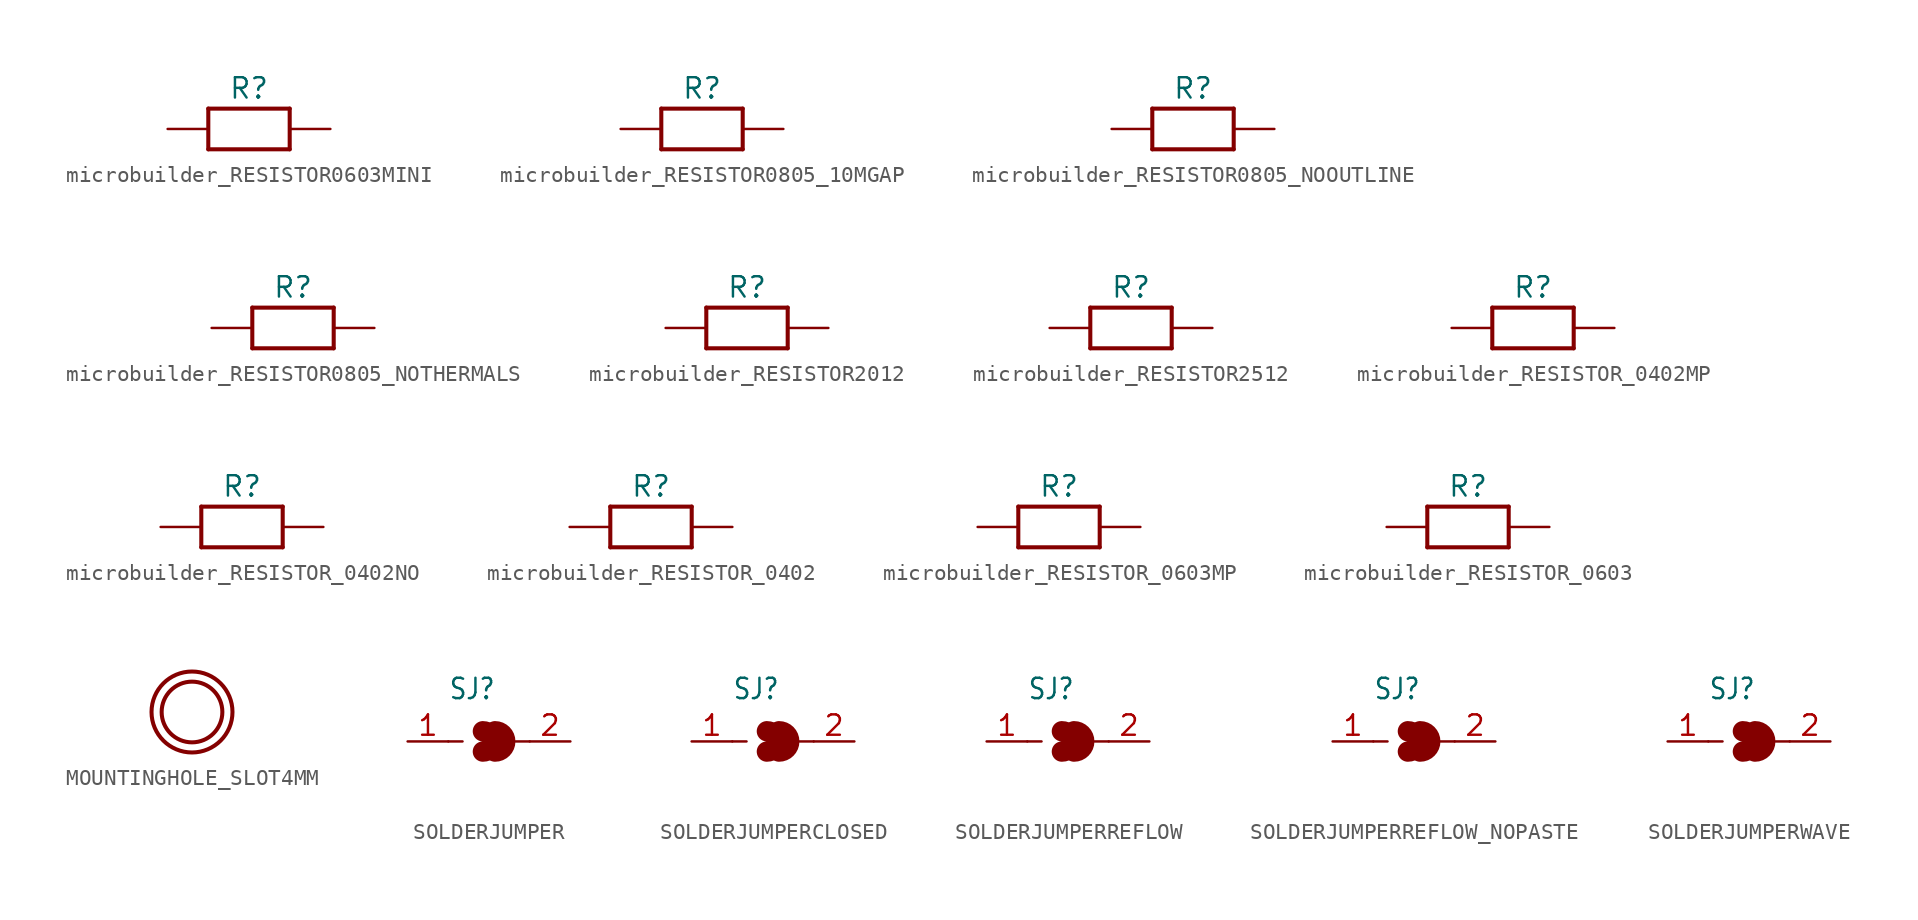
<source format=kicad_sym>
(kicad_symbol_lib
  (version 20220914)
  (generator kicad_symbol_editor)
  (symbol "microbuilder_RESISTOR0603MINI"
    (property "Reference" "R"
      (at 0 2.54 0)
      (effects (font (size 1.27 1.27))))
    (property "Value" ""
      (at 0 0 0)
      (effects (font (size 1.016 1.016) bold)))
    (property "ki_locked" ""
      (at 0 0 0)
      (effects (font (size 1.27 1.27))))
    (symbol "microbuilder_RESISTOR0603MINI_1_0"
      (polyline (pts (xy -2.54 -1.27) (xy -2.54 1.27)) (stroke (width 0.254) (type solid)) (fill (type none)))
      (polyline (pts (xy -2.54 1.27) (xy 2.54 1.27)) (stroke (width 0.254) (type solid)) (fill (type none)))
      (polyline (pts (xy 2.54 -1.27) (xy -2.54 -1.27)) (stroke (width 0.254) (type solid)) (fill (type none)))
      (polyline (pts (xy 2.54 1.27) (xy 2.54 -1.27)) (stroke (width 0.254) (type solid)) (fill (type none)))
      (pin passive line (at -5.08 0 0) (length 2.54) (name "1" (effects (font (size 0 0)))) (number "1" (effects (font (size 0 0)))))
      (pin passive line (at 5.08 0 180) (length 2.54) (name "2" (effects (font (size 0 0)))) (number "2" (effects (font (size 0 0)))))))
  (symbol "microbuilder_RESISTOR0805_10MGAP"
    (property "Reference" "R"
      (at 0 2.54 0)
      (effects (font (size 1.27 1.27))))
    (property "Value" ""
      (at 0 0 0)
      (effects (font (size 1.016 1.016) bold)))
    (property "ki_locked" ""
      (at 0 0 0)
      (effects (font (size 1.27 1.27))))
    (symbol "microbuilder_RESISTOR0805_10MGAP_1_0"
      (polyline (pts (xy -2.54 -1.27) (xy -2.54 1.27)) (stroke (width 0.254) (type solid)) (fill (type none)))
      (polyline (pts (xy -2.54 1.27) (xy 2.54 1.27)) (stroke (width 0.254) (type solid)) (fill (type none)))
      (polyline (pts (xy 2.54 -1.27) (xy -2.54 -1.27)) (stroke (width 0.254) (type solid)) (fill (type none)))
      (polyline (pts (xy 2.54 1.27) (xy 2.54 -1.27)) (stroke (width 0.254) (type solid)) (fill (type none)))
      (pin passive line (at -5.08 0 0) (length 2.54) (name "1" (effects (font (size 0 0)))) (number "1" (effects (font (size 0 0)))))
      (pin passive line (at 5.08 0 180) (length 2.54) (name "2" (effects (font (size 0 0)))) (number "2" (effects (font (size 0 0)))))))
  (symbol "microbuilder_RESISTOR0805_NOOUTLINE"
    (property "Reference" "R"
      (at 0 2.54 0)
      (effects (font (size 1.27 1.27))))
    (property "Value" ""
      (at 0 0 0)
      (effects (font (size 1.016 1.016) bold)))
    (property "ki_locked" ""
      (at 0 0 0)
      (effects (font (size 1.27 1.27))))
    (symbol "microbuilder_RESISTOR0805_NOOUTLINE_1_0"
      (polyline (pts (xy -2.54 -1.27) (xy -2.54 1.27)) (stroke (width 0.254) (type solid)) (fill (type none)))
      (polyline (pts (xy -2.54 1.27) (xy 2.54 1.27)) (stroke (width 0.254) (type solid)) (fill (type none)))
      (polyline (pts (xy 2.54 -1.27) (xy -2.54 -1.27)) (stroke (width 0.254) (type solid)) (fill (type none)))
      (polyline (pts (xy 2.54 1.27) (xy 2.54 -1.27)) (stroke (width 0.254) (type solid)) (fill (type none)))
      (pin passive line (at -5.08 0 0) (length 2.54) (name "1" (effects (font (size 0 0)))) (number "1" (effects (font (size 0 0)))))
      (pin passive line (at 5.08 0 180) (length 2.54) (name "2" (effects (font (size 0 0)))) (number "2" (effects (font (size 0 0)))))))
  (symbol "microbuilder_RESISTOR0805_NOTHERMALS"
    (property "Reference" "R"
      (at 0 2.54 0)
      (effects (font (size 1.27 1.27))))
    (property "Value" ""
      (at 0 0 0)
      (effects (font (size 1.016 1.016) bold)))
    (property "ki_locked" ""
      (at 0 0 0)
      (effects (font (size 1.27 1.27))))
    (symbol "microbuilder_RESISTOR0805_NOTHERMALS_1_0"
      (polyline (pts (xy -2.54 -1.27) (xy -2.54 1.27)) (stroke (width 0.254) (type solid)) (fill (type none)))
      (polyline (pts (xy -2.54 1.27) (xy 2.54 1.27)) (stroke (width 0.254) (type solid)) (fill (type none)))
      (polyline (pts (xy 2.54 -1.27) (xy -2.54 -1.27)) (stroke (width 0.254) (type solid)) (fill (type none)))
      (polyline (pts (xy 2.54 1.27) (xy 2.54 -1.27)) (stroke (width 0.254) (type solid)) (fill (type none)))
      (pin passive line (at -5.08 0 0) (length 2.54) (name "1" (effects (font (size 0 0)))) (number "1" (effects (font (size 0 0)))))
      (pin passive line (at 5.08 0 180) (length 2.54) (name "2" (effects (font (size 0 0)))) (number "2" (effects (font (size 0 0)))))))
  (symbol "microbuilder_RESISTOR2012"
    (property "Reference" "R"
      (at 0 2.54 0)
      (effects (font (size 1.27 1.27))))
    (property "Value" ""
      (at 0 0 0)
      (effects (font (size 1.016 1.016) bold)))
    (property "ki_locked" ""
      (at 0 0 0)
      (effects (font (size 1.27 1.27))))
    (symbol "microbuilder_RESISTOR2012_1_0"
      (polyline (pts (xy -2.54 -1.27) (xy -2.54 1.27)) (stroke (width 0.254) (type solid)) (fill (type none)))
      (polyline (pts (xy -2.54 1.27) (xy 2.54 1.27)) (stroke (width 0.254) (type solid)) (fill (type none)))
      (polyline (pts (xy 2.54 -1.27) (xy -2.54 -1.27)) (stroke (width 0.254) (type solid)) (fill (type none)))
      (polyline (pts (xy 2.54 1.27) (xy 2.54 -1.27)) (stroke (width 0.254) (type solid)) (fill (type none)))
      (pin passive line (at -5.08 0 0) (length 2.54) (name "1" (effects (font (size 0 0)))) (number "1" (effects (font (size 0 0)))))
      (pin passive line (at 5.08 0 180) (length 2.54) (name "2" (effects (font (size 0 0)))) (number "2" (effects (font (size 0 0)))))))
  (symbol "microbuilder_RESISTOR2512"
    (property "Reference" "R"
      (at 0 2.54 0)
      (effects (font (size 1.27 1.27))))
    (property "Value" ""
      (at 0 0 0)
      (effects (font (size 1.016 1.016) bold)))
    (property "ki_locked" ""
      (at 0 0 0)
      (effects (font (size 1.27 1.27))))
    (symbol "microbuilder_RESISTOR2512_1_0"
      (polyline (pts (xy -2.54 -1.27) (xy -2.54 1.27)) (stroke (width 0.254) (type solid)) (fill (type none)))
      (polyline (pts (xy -2.54 1.27) (xy 2.54 1.27)) (stroke (width 0.254) (type solid)) (fill (type none)))
      (polyline (pts (xy 2.54 -1.27) (xy -2.54 -1.27)) (stroke (width 0.254) (type solid)) (fill (type none)))
      (polyline (pts (xy 2.54 1.27) (xy 2.54 -1.27)) (stroke (width 0.254) (type solid)) (fill (type none)))
      (pin passive line (at -5.08 0 0) (length 2.54) (name "1" (effects (font (size 0 0)))) (number "1" (effects (font (size 0 0)))))
      (pin passive line (at 5.08 0 180) (length 2.54) (name "2" (effects (font (size 0 0)))) (number "2" (effects (font (size 0 0)))))))
  (symbol "microbuilder_RESISTOR_0402MP"
    (property "Reference" "R"
      (at 0 2.54 0)
      (effects (font (size 1.27 1.27))))
    (property "Value" ""
      (at 0 0 0)
      (effects (font (size 1.016 1.016) bold)))
    (property "ki_locked" ""
      (at 0 0 0)
      (effects (font (size 1.27 1.27))))
    (symbol "microbuilder_RESISTOR_0402MP_1_0"
      (polyline (pts (xy -2.54 -1.27) (xy -2.54 1.27)) (stroke (width 0.254) (type solid)) (fill (type none)))
      (polyline (pts (xy -2.54 1.27) (xy 2.54 1.27)) (stroke (width 0.254) (type solid)) (fill (type none)))
      (polyline (pts (xy 2.54 -1.27) (xy -2.54 -1.27)) (stroke (width 0.254) (type solid)) (fill (type none)))
      (polyline (pts (xy 2.54 1.27) (xy 2.54 -1.27)) (stroke (width 0.254) (type solid)) (fill (type none)))
      (pin passive line (at -5.08 0 0) (length 2.54) (name "1" (effects (font (size 0 0)))) (number "1" (effects (font (size 0 0)))))
      (pin passive line (at 5.08 0 180) (length 2.54) (name "2" (effects (font (size 0 0)))) (number "2" (effects (font (size 0 0)))))))
  (symbol "microbuilder_RESISTOR_0402NO"
    (property "Reference" "R"
      (at 0 2.54 0)
      (effects (font (size 1.27 1.27))))
    (property "Value" ""
      (at 0 0 0)
      (effects (font (size 1.016 1.016) bold)))
    (property "ki_locked" ""
      (at 0 0 0)
      (effects (font (size 1.27 1.27))))
    (symbol "microbuilder_RESISTOR_0402NO_1_0"
      (polyline (pts (xy -2.54 -1.27) (xy -2.54 1.27)) (stroke (width 0.254) (type solid)) (fill (type none)))
      (polyline (pts (xy -2.54 1.27) (xy 2.54 1.27)) (stroke (width 0.254) (type solid)) (fill (type none)))
      (polyline (pts (xy 2.54 -1.27) (xy -2.54 -1.27)) (stroke (width 0.254) (type solid)) (fill (type none)))
      (polyline (pts (xy 2.54 1.27) (xy 2.54 -1.27)) (stroke (width 0.254) (type solid)) (fill (type none)))
      (pin passive line (at -5.08 0 0) (length 2.54) (name "1" (effects (font (size 0 0)))) (number "1" (effects (font (size 0 0)))))
      (pin passive line (at 5.08 0 180) (length 2.54) (name "2" (effects (font (size 0 0)))) (number "2" (effects (font (size 0 0)))))))
  (symbol "microbuilder_RESISTOR_0402"
    (property "Reference" "R"
      (at 0 2.54 0)
      (effects (font (size 1.27 1.27))))
    (property "Value" ""
      (at 0 0 0)
      (effects (font (size 1.016 1.016) bold)))
    (property "ki_locked" ""
      (at 0 0 0)
      (effects (font (size 1.27 1.27))))
    (symbol "microbuilder_RESISTOR_0402_1_0"
      (polyline (pts (xy -2.54 -1.27) (xy -2.54 1.27)) (stroke (width 0.254) (type solid)) (fill (type none)))
      (polyline (pts (xy -2.54 1.27) (xy 2.54 1.27)) (stroke (width 0.254) (type solid)) (fill (type none)))
      (polyline (pts (xy 2.54 -1.27) (xy -2.54 -1.27)) (stroke (width 0.254) (type solid)) (fill (type none)))
      (polyline (pts (xy 2.54 1.27) (xy 2.54 -1.27)) (stroke (width 0.254) (type solid)) (fill (type none)))
      (pin passive line (at -5.08 0 0) (length 2.54) (name "1" (effects (font (size 0 0)))) (number "1" (effects (font (size 0 0)))))
      (pin passive line (at 5.08 0 180) (length 2.54) (name "2" (effects (font (size 0 0)))) (number "2" (effects (font (size 0 0)))))))
  (symbol "microbuilder_RESISTOR_0603MP"
    (property "Reference" "R"
      (at 0 2.54 0)
      (effects (font (size 1.27 1.27))))
    (property "Value" ""
      (at 0 0 0)
      (effects (font (size 1.016 1.016) bold)))
    (property "ki_locked" ""
      (at 0 0 0)
      (effects (font (size 1.27 1.27))))
    (symbol "microbuilder_RESISTOR_0603MP_1_0"
      (polyline (pts (xy -2.54 -1.27) (xy -2.54 1.27)) (stroke (width 0.254) (type solid)) (fill (type none)))
      (polyline (pts (xy -2.54 1.27) (xy 2.54 1.27)) (stroke (width 0.254) (type solid)) (fill (type none)))
      (polyline (pts (xy 2.54 -1.27) (xy -2.54 -1.27)) (stroke (width 0.254) (type solid)) (fill (type none)))
      (polyline (pts (xy 2.54 1.27) (xy 2.54 -1.27)) (stroke (width 0.254) (type solid)) (fill (type none)))
      (pin passive line (at -5.08 0 0) (length 2.54) (name "1" (effects (font (size 0 0)))) (number "1" (effects (font (size 0 0)))))
      (pin passive line (at 5.08 0 180) (length 2.54) (name "2" (effects (font (size 0 0)))) (number "2" (effects (font (size 0 0)))))))
  (symbol "microbuilder_RESISTOR_0603"
    (property "Reference" "R"
      (at 0 2.54 0)
      (effects (font (size 1.27 1.27))))
    (property "Value" ""
      (at 0 0 0)
      (effects (font (size 1.016 1.016) bold)))
    (property "ki_locked" ""
      (at 0 0 0)
      (effects (font (size 1.27 1.27))))
    (symbol "microbuilder_RESISTOR_0603_1_0"
      (polyline (pts (xy -2.54 -1.27) (xy -2.54 1.27)) (stroke (width 0.254) (type solid)) (fill (type none)))
      (polyline (pts (xy -2.54 1.27) (xy 2.54 1.27)) (stroke (width 0.254) (type solid)) (fill (type none)))
      (polyline (pts (xy 2.54 -1.27) (xy -2.54 -1.27)) (stroke (width 0.254) (type solid)) (fill (type none)))
      (polyline (pts (xy 2.54 1.27) (xy 2.54 -1.27)) (stroke (width 0.254) (type solid)) (fill (type none)))
      (pin passive line (at -5.08 0 0) (length 2.54) (name "1" (effects (font (size 0 0)))) (number "1" (effects (font (size 0 0)))))
      (pin passive line (at 5.08 0 180) (length 2.54) (name "2" (effects (font (size 0 0)))) (number "2" (effects (font (size 0 0)))))))
  (symbol "MOUNTINGHOLE_SLOT4MM"
    (property "Reference" ""
      (at 0 0 0)
      (effects (font (size 1.27 1.27)) hide))
    (property "ki_locked" ""
      (at 0 0 0)
      (effects (font (size 1.27 1.27))))
    (symbol "MOUNTINGHOLE_SLOT4MM_1_0"
      (circle (center 0 0) (radius 1.905) (stroke (width 0.254) (type solid)) (fill (type none)))
      (circle (center 0 0) (radius 2.54) (stroke (width 0.254) (type solid)) (fill (type none)))))
  (symbol "SOLDERJUMPER"
    (property "Reference" "SJ"
      (at -2.54 2.54 0)
      (effects (font (size 1.27 1.079)) (justify left bottom)))
    (property "Value" ""
      (at -2.54 -3.81 0)
      (effects (font (size 1.27 1.079)) (justify left bottom)))
    (property "ki_locked" ""
      (at 0 0 0)
      (effects (font (size 1.27 1.27))))
    (symbol "SOLDERJUMPER_1_0"
      (arc (start -0.381 -0.635) (mid 0.2541 -0.0001) (end -0.3808 0.635) (stroke (width 1.27) (type solid)) (fill (type none)))
      (polyline (pts (xy -2.54 0) (xy -1.651 0)) (stroke (width 0.152) (type solid)) (fill (type none)))
      (polyline (pts (xy 2.54 0) (xy 1.651 0)) (stroke (width 0.152) (type solid)) (fill (type none)))
      (arc (start 0.3808 -0.635) (mid 1.0132 -0.0001) (end 0.381 0.635) (stroke (width 1.27) (type solid)) (fill (type none)))
      (pin passive line (at -5.08 0 0) (length 2.54) (name "1" (effects (font (size 0 0)))) (number "1" (effects (font (size 1.27 1.27)))))
      (pin passive line (at 5.08 0 180) (length 2.54) (name "2" (effects (font (size 0 0)))) (number "2" (effects (font (size 1.27 1.27)))))))
  (symbol "SOLDERJUMPERCLOSED"
    (property "Reference" "SJ"
      (at -2.54 2.54 0)
      (effects (font (size 1.27 1.079)) (justify left bottom)))
    (property "Value" ""
      (at -2.54 -3.81 0)
      (effects (font (size 1.27 1.079)) (justify left bottom)))
    (property "ki_locked" ""
      (at 0 0 0)
      (effects (font (size 1.27 1.27))))
    (symbol "SOLDERJUMPERCLOSED_1_0"
      (arc (start -0.381 -0.635) (mid 0.2541 -0.0001) (end -0.3808 0.635) (stroke (width 1.27) (type solid)) (fill (type none)))
      (polyline (pts (xy -2.54 0) (xy -1.651 0)) (stroke (width 0.152) (type solid)) (fill (type none)))
      (polyline (pts (xy 2.54 0) (xy 1.651 0)) (stroke (width 0.152) (type solid)) (fill (type none)))
      (arc (start 0.3808 -0.635) (mid 1.0132 -0.0001) (end 0.381 0.635) (stroke (width 1.27) (type solid)) (fill (type none)))
      (pin passive line (at -5.08 0 0) (length 2.54) (name "1" (effects (font (size 0 0)))) (number "1" (effects (font (size 1.27 1.27)))))
      (pin passive line (at 5.08 0 180) (length 2.54) (name "2" (effects (font (size 0 0)))) (number "2" (effects (font (size 1.27 1.27)))))))
  (symbol "SOLDERJUMPERREFLOW"
    (property "Reference" "SJ"
      (at -2.54 2.54 0)
      (effects (font (size 1.27 1.079)) (justify left bottom)))
    (property "Value" ""
      (at -2.54 -3.81 0)
      (effects (font (size 1.27 1.079)) (justify left bottom)))
    (property "ki_locked" ""
      (at 0 0 0)
      (effects (font (size 1.27 1.27))))
    (symbol "SOLDERJUMPERREFLOW_1_0"
      (arc (start -0.381 -0.635) (mid 0.2541 -0.0001) (end -0.3808 0.635) (stroke (width 1.27) (type solid)) (fill (type none)))
      (polyline (pts (xy -2.54 0) (xy -1.651 0)) (stroke (width 0.152) (type solid)) (fill (type none)))
      (polyline (pts (xy 2.54 0) (xy 1.651 0)) (stroke (width 0.152) (type solid)) (fill (type none)))
      (arc (start 0.3808 -0.635) (mid 1.0132 -0.0001) (end 0.381 0.635) (stroke (width 1.27) (type solid)) (fill (type none)))
      (pin passive line (at -5.08 0 0) (length 2.54) (name "1" (effects (font (size 0 0)))) (number "1" (effects (font (size 1.27 1.27)))))
      (pin passive line (at 5.08 0 180) (length 2.54) (name "2" (effects (font (size 0 0)))) (number "2" (effects (font (size 1.27 1.27)))))))
  (symbol "SOLDERJUMPERREFLOW_NOPASTE"
    (property "Reference" "SJ"
      (at -2.54 2.54 0)
      (effects (font (size 1.27 1.079)) (justify left bottom)))
    (property "Value" ""
      (at -2.54 -3.81 0)
      (effects (font (size 1.27 1.079)) (justify left bottom)))
    (property "ki_locked" ""
      (at 0 0 0)
      (effects (font (size 1.27 1.27))))
    (symbol "SOLDERJUMPERREFLOW_NOPASTE_1_0"
      (arc (start -0.381 -0.635) (mid 0.2541 -0.0001) (end -0.3808 0.635) (stroke (width 1.27) (type solid)) (fill (type none)))
      (polyline (pts (xy -2.54 0) (xy -1.651 0)) (stroke (width 0.152) (type solid)) (fill (type none)))
      (polyline (pts (xy 2.54 0) (xy 1.651 0)) (stroke (width 0.152) (type solid)) (fill (type none)))
      (arc (start 0.3808 -0.635) (mid 1.0132 -0.0001) (end 0.381 0.635) (stroke (width 1.27) (type solid)) (fill (type none)))
      (pin passive line (at -5.08 0 0) (length 2.54) (name "1" (effects (font (size 0 0)))) (number "1" (effects (font (size 1.27 1.27)))))
      (pin passive line (at 5.08 0 180) (length 2.54) (name "2" (effects (font (size 0 0)))) (number "2" (effects (font (size 1.27 1.27)))))))
  (symbol "SOLDERJUMPERWAVE"
    (property "Reference" "SJ"
      (at -2.54 2.54 0)
      (effects (font (size 1.27 1.079)) (justify left bottom)))
    (property "Value" ""
      (at -2.54 -3.81 0)
      (effects (font (size 1.27 1.079)) (justify left bottom)))
    (property "ki_locked" ""
      (at 0 0 0)
      (effects (font (size 1.27 1.27))))
    (symbol "SOLDERJUMPERWAVE_1_0"
      (arc (start -0.381 -0.635) (mid 0.2541 -0.0001) (end -0.3808 0.635) (stroke (width 1.27) (type solid)) (fill (type none)))
      (polyline (pts (xy -2.54 0) (xy -1.651 0)) (stroke (width 0.152) (type solid)) (fill (type none)))
      (polyline (pts (xy 2.54 0) (xy 1.651 0)) (stroke (width 0.152) (type solid)) (fill (type none)))
      (arc (start 0.3808 -0.635) (mid 1.0132 -0.0001) (end 0.381 0.635) (stroke (width 1.27) (type solid)) (fill (type none)))
      (pin passive line (at -5.08 0 0) (length 2.54) (name "1" (effects (font (size 0 0)))) (number "1" (effects (font (size 1.27 1.27)))))
      (pin passive line (at 5.08 0 180) (length 2.54) (name "2" (effects (font (size 0 0)))) (number "2" (effects (font (size 1.27 1.27))))))))
</source>
